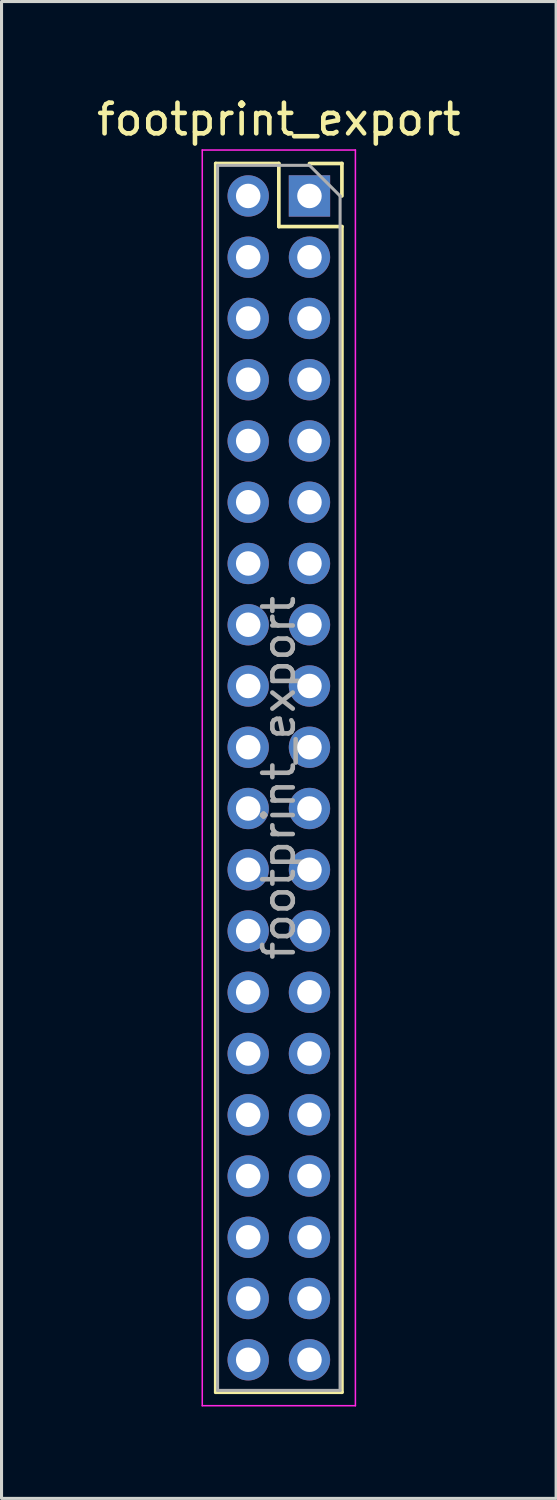
<source format=kicad_pcb>
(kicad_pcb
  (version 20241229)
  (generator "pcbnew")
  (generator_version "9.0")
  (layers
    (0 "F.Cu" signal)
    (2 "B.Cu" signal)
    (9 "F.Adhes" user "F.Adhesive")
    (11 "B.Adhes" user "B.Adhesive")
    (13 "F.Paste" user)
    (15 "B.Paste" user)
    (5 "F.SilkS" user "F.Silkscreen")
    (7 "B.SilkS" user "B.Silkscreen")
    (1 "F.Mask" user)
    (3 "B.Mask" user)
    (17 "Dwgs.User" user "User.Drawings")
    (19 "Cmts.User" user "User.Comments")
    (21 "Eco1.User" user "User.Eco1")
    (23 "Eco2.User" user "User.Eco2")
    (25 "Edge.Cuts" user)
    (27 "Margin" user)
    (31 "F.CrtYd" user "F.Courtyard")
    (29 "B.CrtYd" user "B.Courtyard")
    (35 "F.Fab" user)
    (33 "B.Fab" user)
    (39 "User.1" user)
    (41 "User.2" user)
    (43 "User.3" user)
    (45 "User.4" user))
  (footprint "footprint_export"
    (layer "F.Cu")
    (at 7.054 3.348)
    (property "Reference" "footprint_export" (at -1 -2.5 0) (layer "F.SilkS") (effects (font (size 1 1) (thickness 0.15))))
    (attr through_hole)
    (fp_line (start -3.06 -1.06) (end -3.06 39.06) (stroke (width 0.12) (type solid)) (layer "F.SilkS"))
    (fp_line (start -3.06 -1.06) (end -1 -1.06) (stroke (width 0.12) (type solid)) (layer "F.SilkS"))
    (fp_line (start -3.06 39.06) (end 1.06 39.06) (stroke (width 0.12) (type solid)) (layer "F.SilkS"))
    (fp_line (start -1 -1.06) (end -1 1) (stroke (width 0.12) (type solid)) (layer "F.SilkS"))
    (fp_line (start -1 1) (end 1.06 1) (stroke (width 0.12) (type solid)) (layer "F.SilkS"))
    (fp_line (start 0 -1.06) (end 1.06 -1.06) (stroke (width 0.12) (type solid)) (layer "F.SilkS"))
    (fp_line (start 1.06 -1.06) (end 1.06 0) (stroke (width 0.12) (type solid)) (layer "F.SilkS"))
    (fp_line (start 1.06 1) (end 1.06 39.06) (stroke (width 0.12) (type solid)) (layer "F.SilkS"))
    (fp_line (start -3.5 -1.5) (end 1.5 -1.5) (stroke (width 0.05) (type solid)) (layer "F.CrtYd"))
    (fp_line (start -3.5 39.5) (end -3.5 -1.5) (stroke (width 0.05) (type solid)) (layer "F.CrtYd"))
    (fp_line (start 1.5 -1.5) (end 1.5 39.5) (stroke (width 0.05) (type solid)) (layer "F.CrtYd"))
    (fp_line (start 1.5 39.5) (end -3.5 39.5) (stroke (width 0.05) (type solid)) (layer "F.CrtYd"))
    (fp_line (start -3 -1) (end 0 -1) (stroke (width 0.1) (type solid)) (layer "F.Fab"))
    (fp_line (start -3 39) (end -3 -1) (stroke (width 0.1) (type solid)) (layer "F.Fab"))
    (fp_line (start 0 -1) (end 1 0) (stroke (width 0.1) (type solid)) (layer "F.Fab"))
    (fp_line (start 1 0) (end 1 39) (stroke (width 0.1) (type solid)) (layer "F.Fab"))
    (fp_line (start 1 39) (end -3 39) (stroke (width 0.1) (type solid)) (layer "F.Fab"))
    (fp_text user "${REFERENCE}" (at -1 19 90) (layer "F.Fab") (effects (font (size 1 1) (thickness 0.15))))
    (pad "1" thru_hole rect (at 0 0) (size 1.35 1.35) (drill 0.8) (layers "*.Cu" "*.Mask"))
    (pad "2" thru_hole oval (at -2 0) (size 1.35 1.35) (drill 0.8) (layers "*.Cu" "*.Mask"))
    (pad "3" thru_hole oval (at 0 2) (size 1.35 1.35) (drill 0.8) (layers "*.Cu" "*.Mask"))
    (pad "4" thru_hole oval (at -2 2) (size 1.35 1.35) (drill 0.8) (layers "*.Cu" "*.Mask"))
    (pad "5" thru_hole oval (at 0 4) (size 1.35 1.35) (drill 0.8) (layers "*.Cu" "*.Mask"))
    (pad "6" thru_hole oval (at -2 4) (size 1.35 1.35) (drill 0.8) (layers "*.Cu" "*.Mask"))
    (pad "7" thru_hole oval (at 0 6) (size 1.35 1.35) (drill 0.8) (layers "*.Cu" "*.Mask"))
    (pad "8" thru_hole oval (at -2 6) (size 1.35 1.35) (drill 0.8) (layers "*.Cu" "*.Mask"))
    (pad "9" thru_hole oval (at 0 8) (size 1.35 1.35) (drill 0.8) (layers "*.Cu" "*.Mask"))
    (pad "10" thru_hole oval (at -2 8) (size 1.35 1.35) (drill 0.8) (layers "*.Cu" "*.Mask"))
    (pad "11" thru_hole oval (at 0 10) (size 1.35 1.35) (drill 0.8) (layers "*.Cu" "*.Mask"))
    (pad "12" thru_hole oval (at -2 10) (size 1.35 1.35) (drill 0.8) (layers "*.Cu" "*.Mask"))
    (pad "13" thru_hole oval (at 0 12) (size 1.35 1.35) (drill 0.8) (layers "*.Cu" "*.Mask"))
    (pad "14" thru_hole oval (at -2 12) (size 1.35 1.35) (drill 0.8) (layers "*.Cu" "*.Mask"))
    (pad "15" thru_hole oval (at 0 14) (size 1.35 1.35) (drill 0.8) (layers "*.Cu" "*.Mask"))
    (pad "16" thru_hole oval (at -2 14) (size 1.35 1.35) (drill 0.8) (layers "*.Cu" "*.Mask"))
    (pad "17" thru_hole oval (at 0 16) (size 1.35 1.35) (drill 0.8) (layers "*.Cu" "*.Mask"))
    (pad "18" thru_hole oval (at -2 16) (size 1.35 1.35) (drill 0.8) (layers "*.Cu" "*.Mask"))
    (pad "19" thru_hole oval (at 0 18) (size 1.35 1.35) (drill 0.8) (layers "*.Cu" "*.Mask"))
    (pad "20" thru_hole oval (at -2 18) (size 1.35 1.35) (drill 0.8) (layers "*.Cu" "*.Mask"))
    (pad "21" thru_hole oval (at 0 20) (size 1.35 1.35) (drill 0.8) (layers "*.Cu" "*.Mask"))
    (pad "22" thru_hole oval (at -2 20) (size 1.35 1.35) (drill 0.8) (layers "*.Cu" "*.Mask"))
    (pad "23" thru_hole oval (at 0 22) (size 1.35 1.35) (drill 0.8) (layers "*.Cu" "*.Mask"))
    (pad "24" thru_hole oval (at -2 22) (size 1.35 1.35) (drill 0.8) (layers "*.Cu" "*.Mask"))
    (pad "25" thru_hole oval (at 0 24) (size 1.35 1.35) (drill 0.8) (layers "*.Cu" "*.Mask"))
    (pad "26" thru_hole oval (at -2 24) (size 1.35 1.35) (drill 0.8) (layers "*.Cu" "*.Mask"))
    (pad "27" thru_hole oval (at 0 26) (size 1.35 1.35) (drill 0.8) (layers "*.Cu" "*.Mask"))
    (pad "28" thru_hole oval (at -2 26) (size 1.35 1.35) (drill 0.8) (layers "*.Cu" "*.Mask"))
    (pad "29" thru_hole oval (at 0 28) (size 1.35 1.35) (drill 0.8) (layers "*.Cu" "*.Mask"))
    (pad "30" thru_hole oval (at -2 28) (size 1.35 1.35) (drill 0.8) (layers "*.Cu" "*.Mask"))
    (pad "31" thru_hole oval (at 0 30) (size 1.35 1.35) (drill 0.8) (layers "*.Cu" "*.Mask"))
    (pad "32" thru_hole oval (at -2 30) (size 1.35 1.35) (drill 0.8) (layers "*.Cu" "*.Mask"))
    (pad "33" thru_hole oval (at 0 32) (size 1.35 1.35) (drill 0.8) (layers "*.Cu" "*.Mask"))
    (pad "34" thru_hole oval (at -2 32) (size 1.35 1.35) (drill 0.8) (layers "*.Cu" "*.Mask"))
    (pad "35" thru_hole oval (at 0 34) (size 1.35 1.35) (drill 0.8) (layers "*.Cu" "*.Mask"))
    (pad "36" thru_hole oval (at -2 34) (size 1.35 1.35) (drill 0.8) (layers "*.Cu" "*.Mask"))
    (pad "37" thru_hole oval (at 0 36) (size 1.35 1.35) (drill 0.8) (layers "*.Cu" "*.Mask"))
    (pad "38" thru_hole oval (at -2 36) (size 1.35 1.35) (drill 0.8) (layers "*.Cu" "*.Mask"))
    (pad "39" thru_hole oval (at 0 38) (size 1.35 1.35) (drill 0.8) (layers "*.Cu" "*.Mask"))
    (pad "40" thru_hole oval (at -2 38) (size 1.35 1.35) (drill 0.8) (layers "*.Cu" "*.Mask")))
  (gr_rect
    (start -3 -3)
    (end 15.107 45.873)
    (stroke (width 0.1) (type default))
    (fill no)
    (layer "Edge.Cuts")))
</source>
